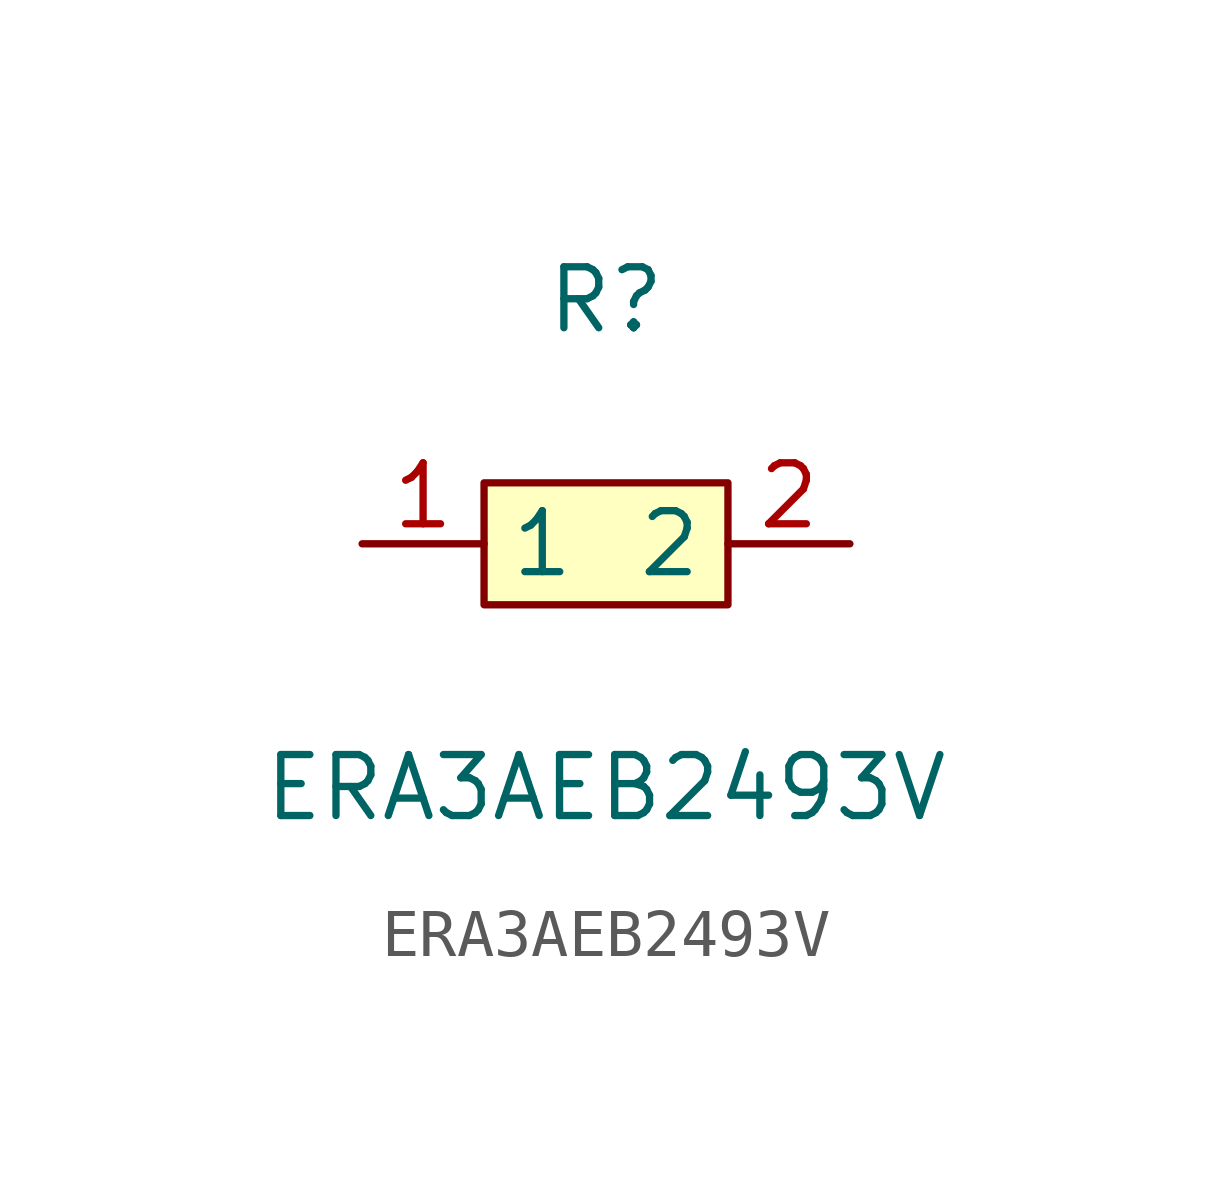
<source format=kicad_sym>
(kicad_symbol_lib
  (version 1)
  (generator "faebryk")
  (symbol "ERA3AEB2493V"
    (property "Reference" "R"
      (at 0 5.08 0)
      (effects (font (size 1.27 1.27)) (hide no)))
    (property "Value" "ERA3AEB2493V"
      (at 0 -5.08 0)
      (effects (font (size 1.27 1.27)) (hide no)))
    (symbol "ERA3AEB2493V_0_1"
      (rectangle (start -2.54 1.27) (end 2.54 -1.27) (stroke (width 0) (type default) (color 0 0 0 0)) (fill (type background)))
      (pin unspecified line (at 5.08 0 180) (length 2.54) (name "2" (effects (font (size 1.27 1.27)) (hide no))) (number "2" (effects (font (size 1.27 1.27)) (hide no))))
      (pin unspecified line (at -5.08 0 0) (length 2.54) (name "1" (effects (font (size 1.27 1.27)) (hide no))) (number "1" (effects (font (size 1.27 1.27)) (hide no)))))))
</source>
